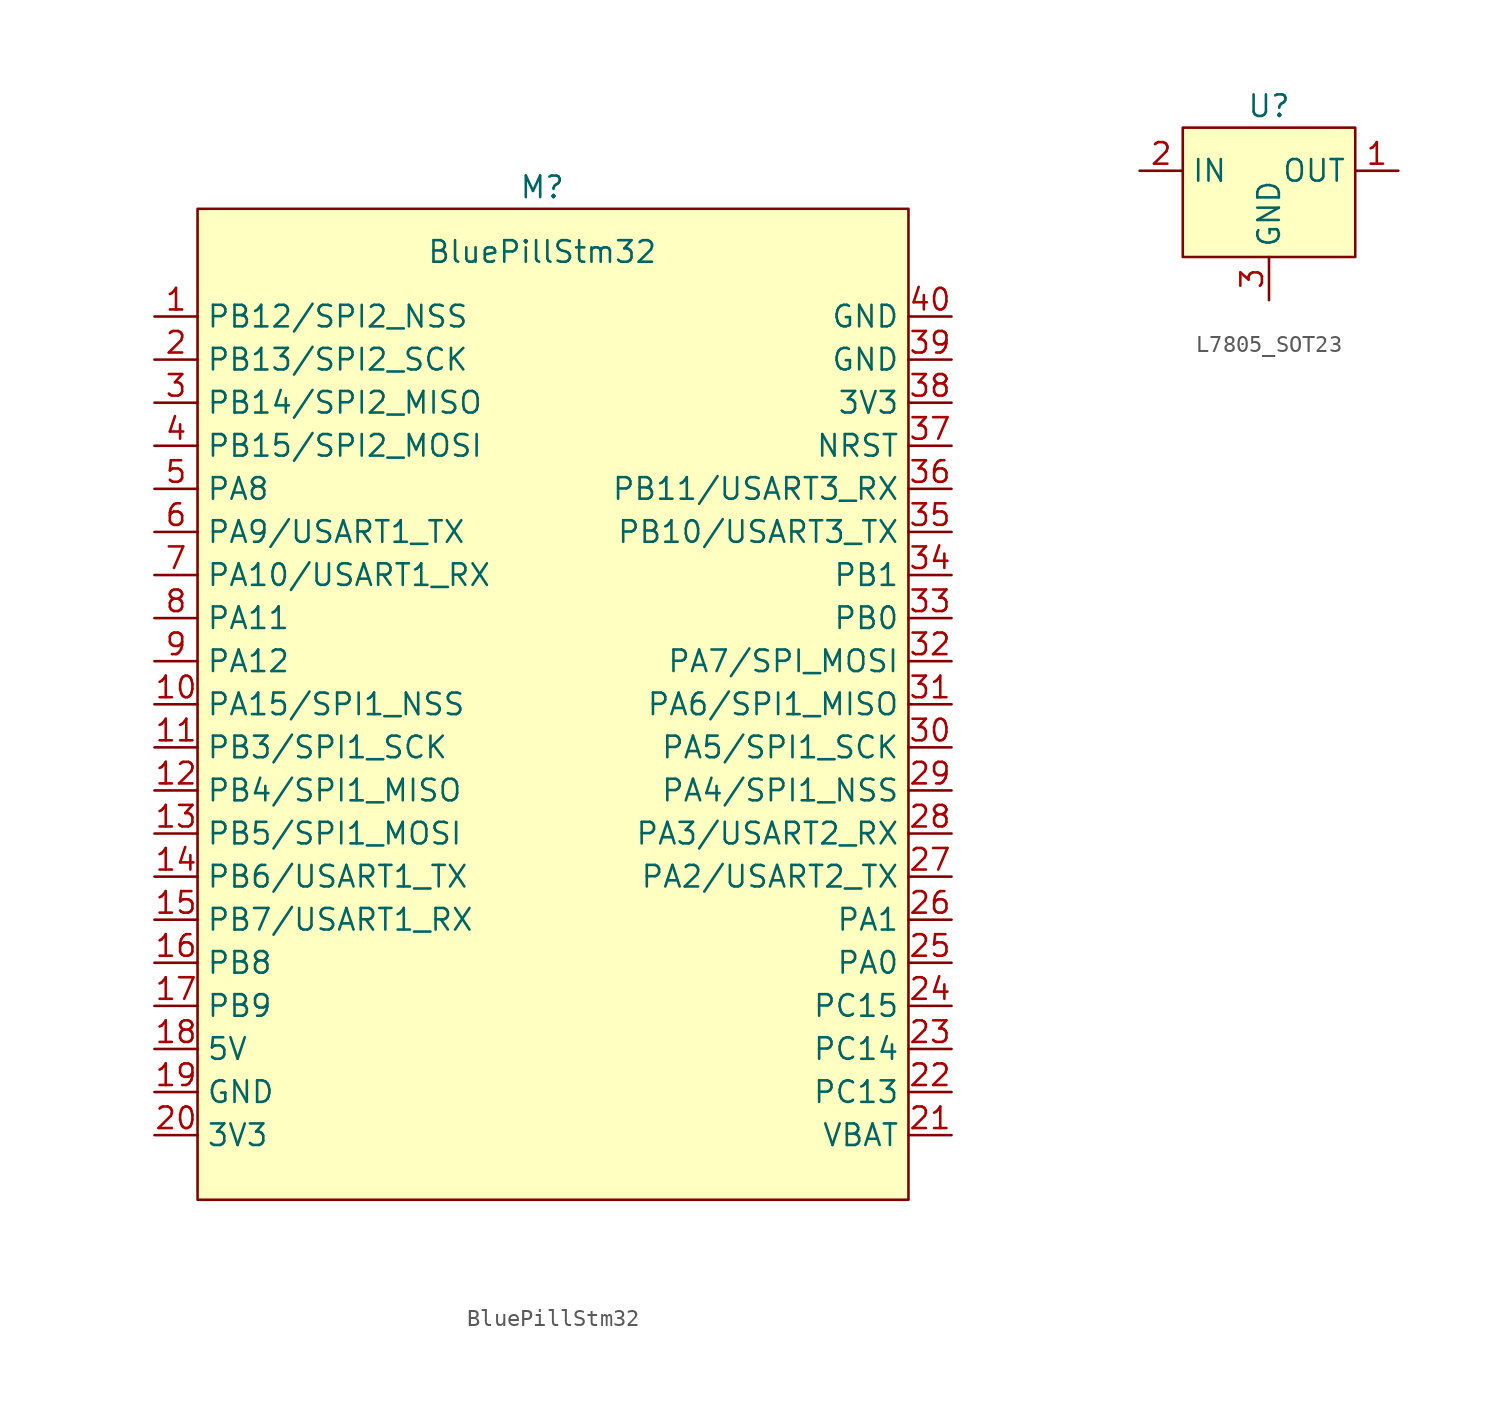
<source format=kicad_sym>
(kicad_symbol_lib
  (version 20220914)
  (generator kicad_symbol_editor)
  (symbol "BluePillStm32"
    (property "Reference" "M"
      (at -1.27 30.48 0)
      (effects (font (size 1.27 1.27))))
    (property "Value" "BluePillStm32"
      (at -1.27 26.67 0)
      (effects (font (size 1.27 1.27))))
    (symbol "BluePillStm32_1_1"
      (rectangle (start -21.59 29.21) (end 20.32 -29.21) (stroke (width 0) (type default)) (fill (type background)))
      (pin tri_state line (at -24.13 22.86 0) (length 2.54) (name "PB12/SPI2_NSS" (effects (font (size 1.27 1.27)))) (number "1" (effects (font (size 1.27 1.27)))))
      (pin tri_state line (at -24.13 0 0) (length 2.54) (name "PA15/SPI1_NSS" (effects (font (size 1.27 1.27)))) (number "10" (effects (font (size 1.27 1.27)))))
      (pin tri_state line (at -24.13 -2.54 0) (length 2.54) (name "PB3/SPI1_SCK" (effects (font (size 1.27 1.27)))) (number "11" (effects (font (size 1.27 1.27)))))
      (pin tri_state line (at -24.13 -5.08 0) (length 2.54) (name "PB4/SPI1_MISO" (effects (font (size 1.27 1.27)))) (number "12" (effects (font (size 1.27 1.27)))))
      (pin tri_state line (at -24.13 -7.62 0) (length 2.54) (name "PB5/SPI1_MOSI" (effects (font (size 1.27 1.27)))) (number "13" (effects (font (size 1.27 1.27)))))
      (pin tri_state line (at -24.13 -10.16 0) (length 2.54) (name "PB6/USART1_TX" (effects (font (size 1.27 1.27)))) (number "14" (effects (font (size 1.27 1.27)))))
      (pin tri_state line (at -24.13 -12.7 0) (length 2.54) (name "PB7/USART1_RX" (effects (font (size 1.27 1.27)))) (number "15" (effects (font (size 1.27 1.27)))))
      (pin tri_state line (at -24.13 -15.24 0) (length 2.54) (name "PB8" (effects (font (size 1.27 1.27)))) (number "16" (effects (font (size 1.27 1.27)))))
      (pin tri_state line (at -24.13 -17.78 0) (length 2.54) (name "PB9" (effects (font (size 1.27 1.27)))) (number "17" (effects (font (size 1.27 1.27)))))
      (pin power_in line (at -24.13 -20.32 0) (length 2.54) (name "5V" (effects (font (size 1.27 1.27)))) (number "18" (effects (font (size 1.27 1.27)))))
      (pin power_in line (at -24.13 -22.86 0) (length 2.54) (name "GND" (effects (font (size 1.27 1.27)))) (number "19" (effects (font (size 1.27 1.27)))))
      (pin tri_state line (at -24.13 20.32 0) (length 2.54) (name "PB13/SPI2_SCK" (effects (font (size 1.27 1.27)))) (number "2" (effects (font (size 1.27 1.27)))))
      (pin power_in line (at -24.13 -25.4 0) (length 2.54) (name "3V3" (effects (font (size 1.27 1.27)))) (number "20" (effects (font (size 1.27 1.27)))))
      (pin power_in line (at 22.86 -25.4 180) (length 2.54) (name "VBAT" (effects (font (size 1.27 1.27)))) (number "21" (effects (font (size 1.27 1.27)))))
      (pin tri_state line (at 22.86 -22.86 180) (length 2.54) (name "PC13" (effects (font (size 1.27 1.27)))) (number "22" (effects (font (size 1.27 1.27)))))
      (pin tri_state line (at 22.86 -20.32 180) (length 2.54) (name "PC14" (effects (font (size 1.27 1.27)))) (number "23" (effects (font (size 1.27 1.27)))))
      (pin tri_state line (at 22.86 -17.78 180) (length 2.54) (name "PC15" (effects (font (size 1.27 1.27)))) (number "24" (effects (font (size 1.27 1.27)))))
      (pin tri_state line (at 22.86 -15.24 180) (length 2.54) (name "PA0" (effects (font (size 1.27 1.27)))) (number "25" (effects (font (size 1.27 1.27)))))
      (pin tri_state line (at 22.86 -12.7 180) (length 2.54) (name "PA1" (effects (font (size 1.27 1.27)))) (number "26" (effects (font (size 1.27 1.27)))))
      (pin tri_state line (at 22.86 -10.16 180) (length 2.54) (name "PA2/USART2_TX" (effects (font (size 1.27 1.27)))) (number "27" (effects (font (size 1.27 1.27)))))
      (pin tri_state line (at 22.86 -7.62 180) (length 2.54) (name "PA3/USART2_RX" (effects (font (size 1.27 1.27)))) (number "28" (effects (font (size 1.27 1.27)))))
      (pin tri_state line (at 22.86 -5.08 180) (length 2.54) (name "PA4/SPI1_NSS" (effects (font (size 1.27 1.27)))) (number "29" (effects (font (size 1.27 1.27)))))
      (pin tri_state line (at -24.13 17.78 0) (length 2.54) (name "PB14/SPI2_MISO" (effects (font (size 1.27 1.27)))) (number "3" (effects (font (size 1.27 1.27)))))
      (pin tri_state line (at 22.86 -2.54 180) (length 2.54) (name "PA5/SPI1_SCK" (effects (font (size 1.27 1.27)))) (number "30" (effects (font (size 1.27 1.27)))))
      (pin tri_state line (at 22.86 0 180) (length 2.54) (name "PA6/SPI1_MISO" (effects (font (size 1.27 1.27)))) (number "31" (effects (font (size 1.27 1.27)))))
      (pin tri_state line (at 22.86 2.54 180) (length 2.54) (name "PA7/SPI_MOSI" (effects (font (size 1.27 1.27)))) (number "32" (effects (font (size 1.27 1.27)))))
      (pin tri_state line (at 22.86 5.08 180) (length 2.54) (name "PB0" (effects (font (size 1.27 1.27)))) (number "33" (effects (font (size 1.27 1.27)))))
      (pin tri_state line (at 22.86 7.62 180) (length 2.54) (name "PB1" (effects (font (size 1.27 1.27)))) (number "34" (effects (font (size 1.27 1.27)))))
      (pin tri_state line (at 22.86 10.16 180) (length 2.54) (name "PB10/USART3_TX" (effects (font (size 1.27 1.27)))) (number "35" (effects (font (size 1.27 1.27)))))
      (pin tri_state line (at 22.86 12.7 180) (length 2.54) (name "PB11/USART3_RX" (effects (font (size 1.27 1.27)))) (number "36" (effects (font (size 1.27 1.27)))))
      (pin tri_state line (at 22.86 15.24 180) (length 2.54) (name "NRST" (effects (font (size 1.27 1.27)))) (number "37" (effects (font (size 1.27 1.27)))))
      (pin power_in line (at 22.86 17.78 180) (length 2.54) (name "3V3" (effects (font (size 1.27 1.27)))) (number "38" (effects (font (size 1.27 1.27)))))
      (pin power_in line (at 22.86 20.32 180) (length 2.54) (name "GND" (effects (font (size 1.27 1.27)))) (number "39" (effects (font (size 1.27 1.27)))))
      (pin tri_state line (at -24.13 15.24 0) (length 2.54) (name "PB15/SPI2_MOSI" (effects (font (size 1.27 1.27)))) (number "4" (effects (font (size 1.27 1.27)))))
      (pin power_in line (at 22.86 22.86 180) (length 2.54) (name "GND" (effects (font (size 1.27 1.27)))) (number "40" (effects (font (size 1.27 1.27)))))
      (pin tri_state line (at -24.13 12.7 0) (length 2.54) (name "PA8" (effects (font (size 1.27 1.27)))) (number "5" (effects (font (size 1.27 1.27)))))
      (pin tri_state line (at -24.13 10.16 0) (length 2.54) (name "PA9/USART1_TX" (effects (font (size 1.27 1.27)))) (number "6" (effects (font (size 1.27 1.27)))))
      (pin tri_state line (at -24.13 7.62 0) (length 2.54) (name "PA10/USART1_RX" (effects (font (size 1.27 1.27)))) (number "7" (effects (font (size 1.27 1.27)))))
      (pin tri_state line (at -24.13 5.08 0) (length 2.54) (name "PA11" (effects (font (size 1.27 1.27)))) (number "8" (effects (font (size 1.27 1.27)))))
      (pin tri_state line (at -24.13 2.54 0) (length 2.54) (name "PA12" (effects (font (size 1.27 1.27)))) (number "9" (effects (font (size 1.27 1.27)))))))
  (symbol "L7805_SOT23"
    (property "Reference" "U"
      (at 0 3.81 0)
      (effects (font (size 1.27 1.27))))
    (property "Value" ""
      (at 0 0 0)
      (effects (font (size 1.27 1.27))))
    (symbol "L7805_SOT23_1_1"
      (rectangle (start -5.08 2.54) (end 5.08 -5.08) (stroke (width 0) (type default)) (fill (type background)))
      (pin input line (at 7.62 0 180) (length 2.54) (name "OUT" (effects (font (size 1.27 1.27)))) (number "1" (effects (font (size 1.27 1.27)))))
      (pin input line (at -7.62 0 0) (length 2.54) (name "IN" (effects (font (size 1.27 1.27)))) (number "2" (effects (font (size 1.27 1.27)))))
      (pin input line (at 0 -7.62 90) (length 2.54) (name "GND" (effects (font (size 1.27 1.27)))) (number "3" (effects (font (size 1.27 1.27))))))))
</source>
